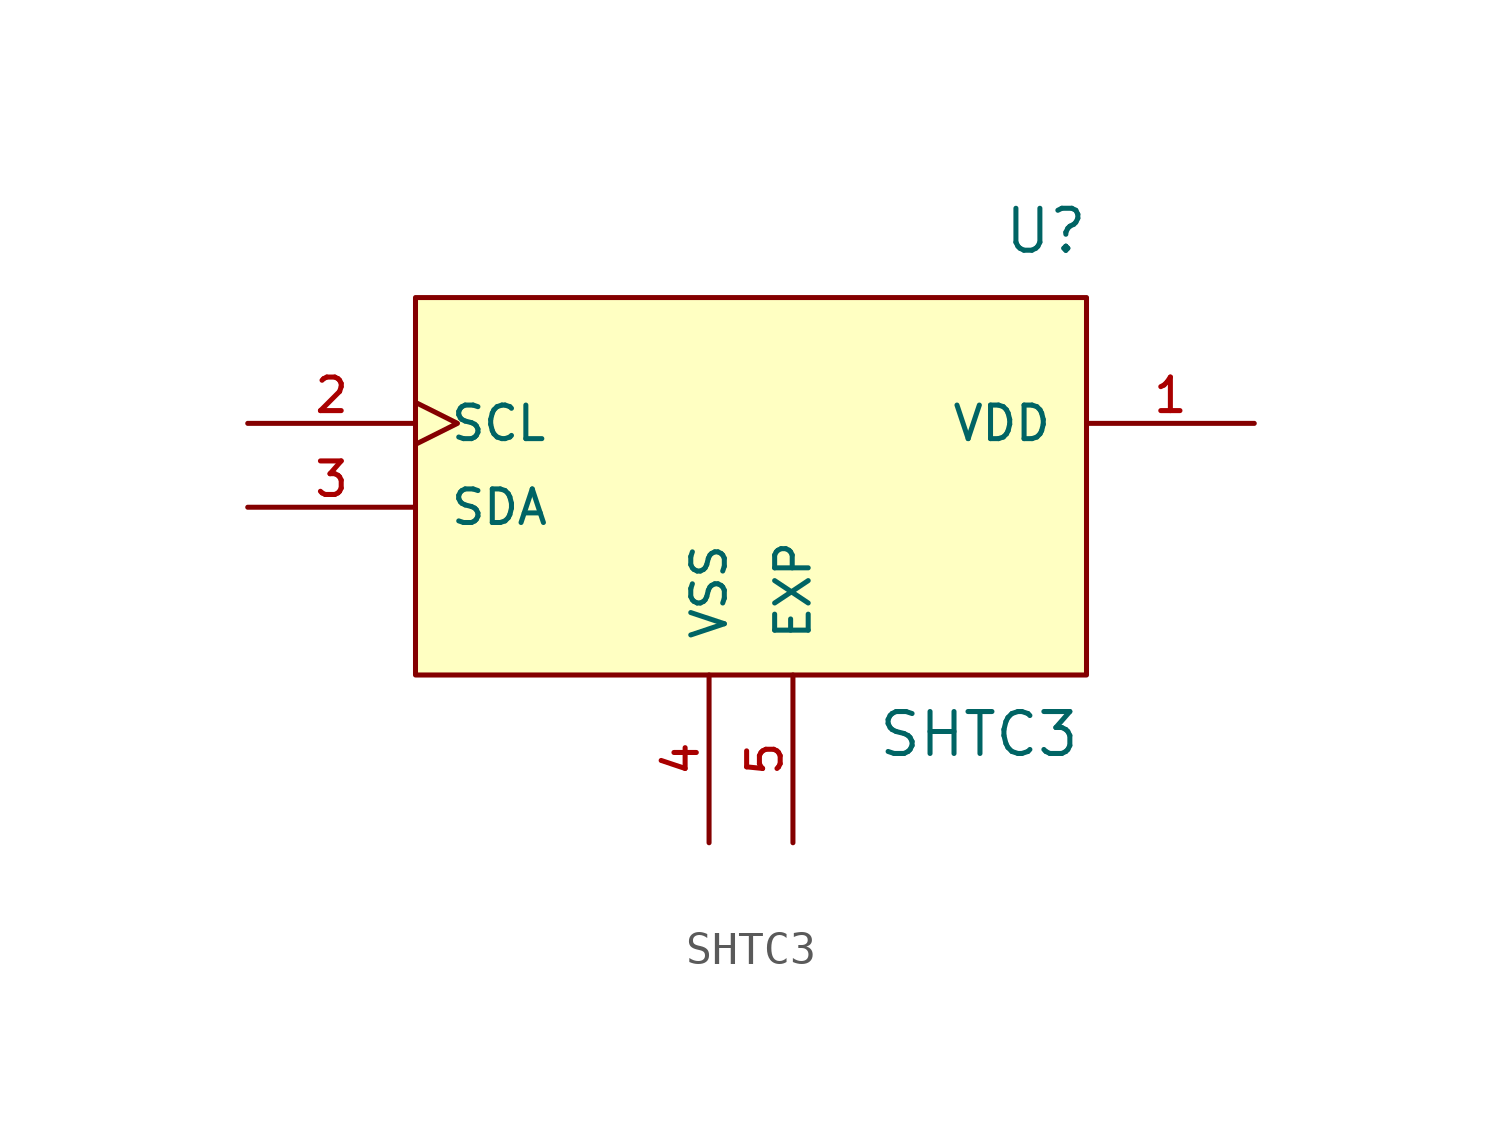
<source format=kicad_sym>
(kicad_symbol_lib
  (version 20241209)
  (generator "kicad_symbol_editor")
  (generator_version "9.0")
  (symbol "SHTC3"
    (pin_names
      (offset 1.016))
    (property "Reference" "U"
      (at 7.62 2.54 0)
      (effects (font (size 1.27 1.27)) (justify left bottom)))
    (property "Value" "SHTC3"
      (at 3.81 -12.7 0)
      (effects (font (size 1.27 1.27)) (justify left bottom)))
    (symbol "SHTC3_0_0"
      (pin bidirectional clock (at -15.24 -2.54 0) (length 5.08) (name "SCL" (effects (font (size 1.016 1.016)))) (number "2" (effects (font (size 1.016 1.016)))))
      (pin bidirectional line (at -15.24 -5.08 0) (length 5.08) (name "SDA" (effects (font (size 1.016 1.016)))) (number "3" (effects (font (size 1.016 1.016)))))
      (pin power_in line (at -1.27 -15.24 90) (length 5.08) (name "VSS" (effects (font (size 1.016 1.016)))) (number "4" (effects (font (size 1.016 1.016)))))
      (pin power_in line (at 1.27 -15.24 90) (length 5.08) (name "EXP" (effects (font (size 1.016 1.016)))) (number "5" (effects (font (size 1.016 1.016)))))
      (pin power_in line (at 15.24 -2.54 180) (length 5.08) (name "VDD" (effects (font (size 1.016 1.016)))) (number "1" (effects (font (size 1.016 1.016))))))
    (symbol "SHTC3_1_1"
      (rectangle (start -10.16 1.27) (end 10.16 -10.16) (stroke (width 0) (type default)) (fill (type background))))))
</source>
